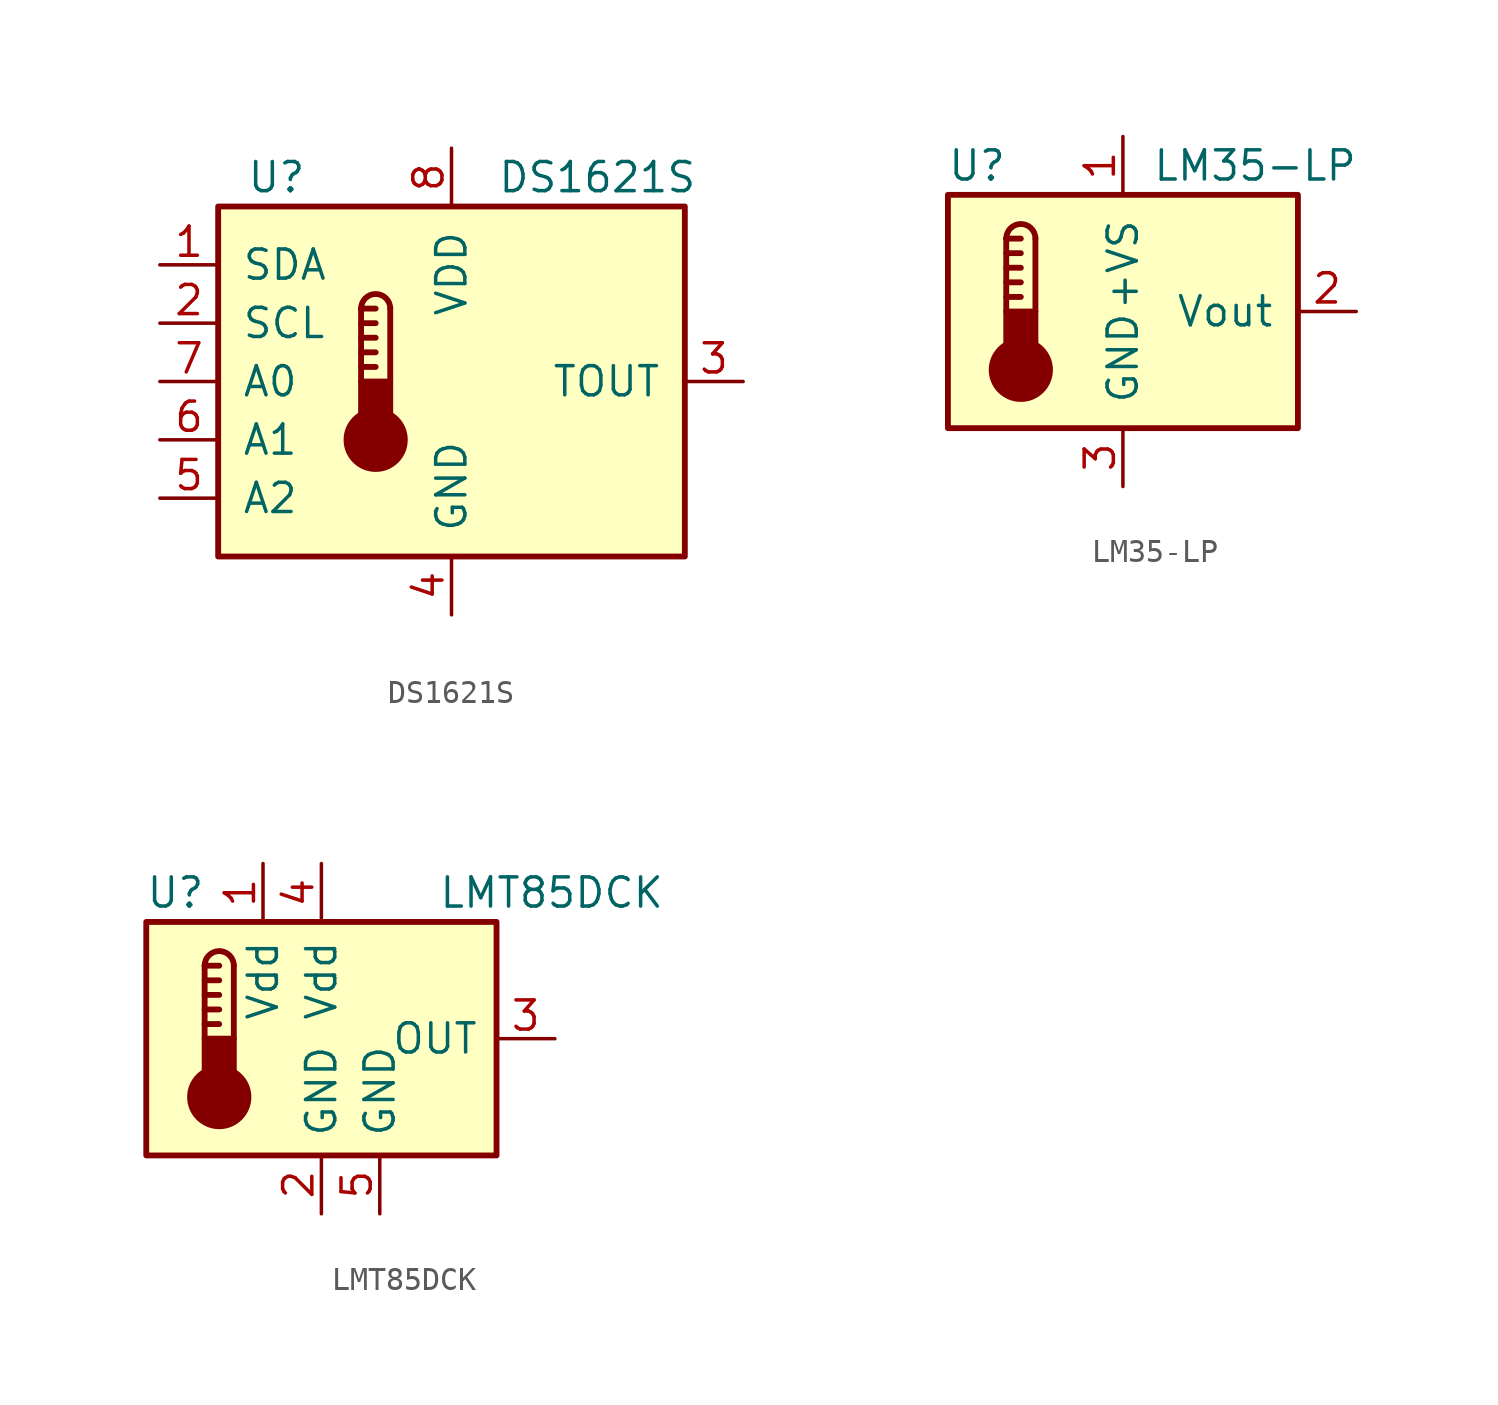
<source format=kicad_sym>
(kicad_symbol_lib
  (version 20201005)
  (generator kicad_symbol_editor)
  (symbol "DS1621S"
    (pin_names
      (offset 1.016))
    (property "Reference" "U"
      (at -7.62 8.89 0)
      (effects (font (size 1.27 1.27))))
    (property "Value" "DS1621S"
      (at 6.35 8.89 0)
      (effects (font (size 1.27 1.27))))
    (symbol "DS1621S_0_1"
      (arc (start -2.667 3.175) (end -3.937 3.175) (radius (at -3.302 3.175) (length 0.635) (angles 0.1 179.9)) (stroke (width 0.254)) (fill (type none)))
      (circle (center -3.302 -2.54) (radius 1.27) (stroke (width 0.254)) (fill (type outline)))
      (rectangle (start -10.16 7.62) (end 10.16 -7.62) (stroke (width 0.254)) (fill (type background)))
      (rectangle (start -2.667 -1.905) (end -3.937 0) (stroke (width 0.254)) (fill (type outline)))
      (polyline (pts (xy -3.937 0.635) (xy -3.302 0.635)) (stroke (width 0.254)) (fill (type none)))
      (polyline (pts (xy -3.937 1.27) (xy -3.302 1.27)) (stroke (width 0.254)) (fill (type none)))
      (polyline (pts (xy -3.937 1.905) (xy -3.302 1.905)) (stroke (width 0.254)) (fill (type none)))
      (polyline (pts (xy -3.937 2.54) (xy -3.302 2.54)) (stroke (width 0.254)) (fill (type none)))
      (polyline (pts (xy -3.937 3.175) (xy -3.937 0)) (stroke (width 0.254)) (fill (type none)))
      (polyline (pts (xy -3.937 3.175) (xy -3.302 3.175)) (stroke (width 0.254)) (fill (type none)))
      (polyline (pts (xy -2.667 3.175) (xy -2.667 0)) (stroke (width 0.254)) (fill (type none))))
    (symbol "DS1621S_1_1"
      (pin bidirectional line (at -12.7 5.08 0) (length 2.54) (name "SDA" (effects (font (size 1.27 1.27)))) (number "1" (effects (font (size 1.27 1.27)))))
      (pin input line (at -12.7 2.54 0) (length 2.54) (name "SCL" (effects (font (size 1.27 1.27)))) (number "2" (effects (font (size 1.27 1.27)))))
      (pin output line (at 12.7 0 180) (length 2.54) (name "TOUT" (effects (font (size 1.27 1.27)))) (number "3" (effects (font (size 1.27 1.27)))))
      (pin power_in line (at 0 -10.16 90) (length 2.54) (name "GND" (effects (font (size 1.27 1.27)))) (number "4" (effects (font (size 1.27 1.27)))))
      (pin input line (at -12.7 -5.08 0) (length 2.54) (name "A2" (effects (font (size 1.27 1.27)))) (number "5" (effects (font (size 1.27 1.27)))))
      (pin input line (at -12.7 -2.54 0) (length 2.54) (name "A1" (effects (font (size 1.27 1.27)))) (number "6" (effects (font (size 1.27 1.27)))))
      (pin input line (at -12.7 0 0) (length 2.54) (name "A0" (effects (font (size 1.27 1.27)))) (number "7" (effects (font (size 1.27 1.27)))))
      (pin power_in line (at 0 10.16 270) (length 2.54) (name "VDD" (effects (font (size 1.27 1.27)))) (number "8" (effects (font (size 1.27 1.27)))))))
  (symbol "LM35-LP"
    (pin_names
      (offset 1.016))
    (property "Reference" "U"
      (at -6.35 6.35 0)
      (effects (font (size 1.27 1.27))))
    (property "Value" "LM35-LP"
      (at 1.27 6.35 0)
      (effects (font (size 1.27 1.27)) (justify left)))
    (symbol "LM35-LP_0_1"
      (arc (start -3.81 3.175) (end -5.08 3.175) (radius (at -4.445 3.175) (length 0.635) (angles 0.1 179.9)) (stroke (width 0.254)) (fill (type none)))
      (circle (center -4.445 -2.54) (radius 1.27) (stroke (width 0.254)) (fill (type outline)))
      (rectangle (start -7.62 5.08) (end 7.62 -5.08) (stroke (width 0.254)) (fill (type background)))
      (rectangle (start -3.81 -1.905) (end -5.08 0) (stroke (width 0.254)) (fill (type outline)))
      (polyline (pts (xy -5.08 0.635) (xy -4.445 0.635)) (stroke (width 0.254)) (fill (type none)))
      (polyline (pts (xy -5.08 1.27) (xy -4.445 1.27)) (stroke (width 0.254)) (fill (type none)))
      (polyline (pts (xy -5.08 1.905) (xy -4.445 1.905)) (stroke (width 0.254)) (fill (type none)))
      (polyline (pts (xy -5.08 2.54) (xy -4.445 2.54)) (stroke (width 0.254)) (fill (type none)))
      (polyline (pts (xy -5.08 3.175) (xy -5.08 0)) (stroke (width 0.254)) (fill (type none)))
      (polyline (pts (xy -5.08 3.175) (xy -4.445 3.175)) (stroke (width 0.254)) (fill (type none)))
      (polyline (pts (xy -3.81 3.175) (xy -3.81 0)) (stroke (width 0.254)) (fill (type none))))
    (symbol "LM35-LP_1_1"
      (pin power_in line (at 0 7.62 270) (length 2.54) (name "+VS" (effects (font (size 1.27 1.27)))) (number "1" (effects (font (size 1.27 1.27)))))
      (pin output line (at 10.16 0 180) (length 2.54) (name "Vout" (effects (font (size 1.27 1.27)))) (number "2" (effects (font (size 1.27 1.27)))))
      (pin power_in line (at 0 -7.62 90) (length 2.54) (name "GND" (effects (font (size 1.27 1.27)))) (number "3" (effects (font (size 1.27 1.27)))))))
  (symbol "LMT85DCK"
    (pin_names
      (offset 0.762))
    (property "Reference" "U"
      (at -6.35 6.35 0)
      (effects (font (size 1.27 1.27))))
    (property "Value" "LMT85DCK"
      (at 5.08 6.35 0)
      (effects (font (size 1.27 1.27)) (justify left)))
    (symbol "LMT85DCK_0_1"
      (arc (start -3.81 3.175) (end -5.08 3.175) (radius (at -4.445 3.175) (length 0.635) (angles 0.1 179.9)) (stroke (width 0.254)) (fill (type none)))
      (circle (center -4.445 -2.54) (radius 1.27) (stroke (width 0.254)) (fill (type outline)))
      (rectangle (start -7.62 5.08) (end 7.62 -5.08) (stroke (width 0.254)) (fill (type background)))
      (rectangle (start -3.81 -1.905) (end -5.08 0) (stroke (width 0.254)) (fill (type outline)))
      (polyline (pts (xy -5.08 0.635) (xy -4.445 0.635)) (stroke (width 0.254)) (fill (type none)))
      (polyline (pts (xy -5.08 1.27) (xy -4.445 1.27)) (stroke (width 0.254)) (fill (type none)))
      (polyline (pts (xy -5.08 1.905) (xy -4.445 1.905)) (stroke (width 0.254)) (fill (type none)))
      (polyline (pts (xy -5.08 2.54) (xy -4.445 2.54)) (stroke (width 0.254)) (fill (type none)))
      (polyline (pts (xy -5.08 3.175) (xy -5.08 0)) (stroke (width 0.254)) (fill (type none)))
      (polyline (pts (xy -5.08 3.175) (xy -4.445 3.175)) (stroke (width 0.254)) (fill (type none)))
      (polyline (pts (xy -3.81 3.175) (xy -3.81 0)) (stroke (width 0.254)) (fill (type none))))
    (symbol "LMT85DCK_1_1"
      (pin power_in line (at -2.54 7.62 270) (length 2.54) (name "Vdd" (effects (font (size 1.27 1.27)))) (number "1" (effects (font (size 1.27 1.27)))))
      (pin power_in line (at 0 -7.62 90) (length 2.54) (name "GND" (effects (font (size 1.27 1.27)))) (number "2" (effects (font (size 1.27 1.27)))))
      (pin output line (at 10.16 0 180) (length 2.54) (name "OUT" (effects (font (size 1.27 1.27)))) (number "3" (effects (font (size 1.27 1.27)))))
      (pin power_in line (at 0 7.62 270) (length 2.54) (name "Vdd" (effects (font (size 1.27 1.27)))) (number "4" (effects (font (size 1.27 1.27)))))
      (pin power_in line (at 2.54 -7.62 90) (length 2.54) (name "GND" (effects (font (size 1.27 1.27)))) (number "5" (effects (font (size 1.27 1.27))))))))
</source>
